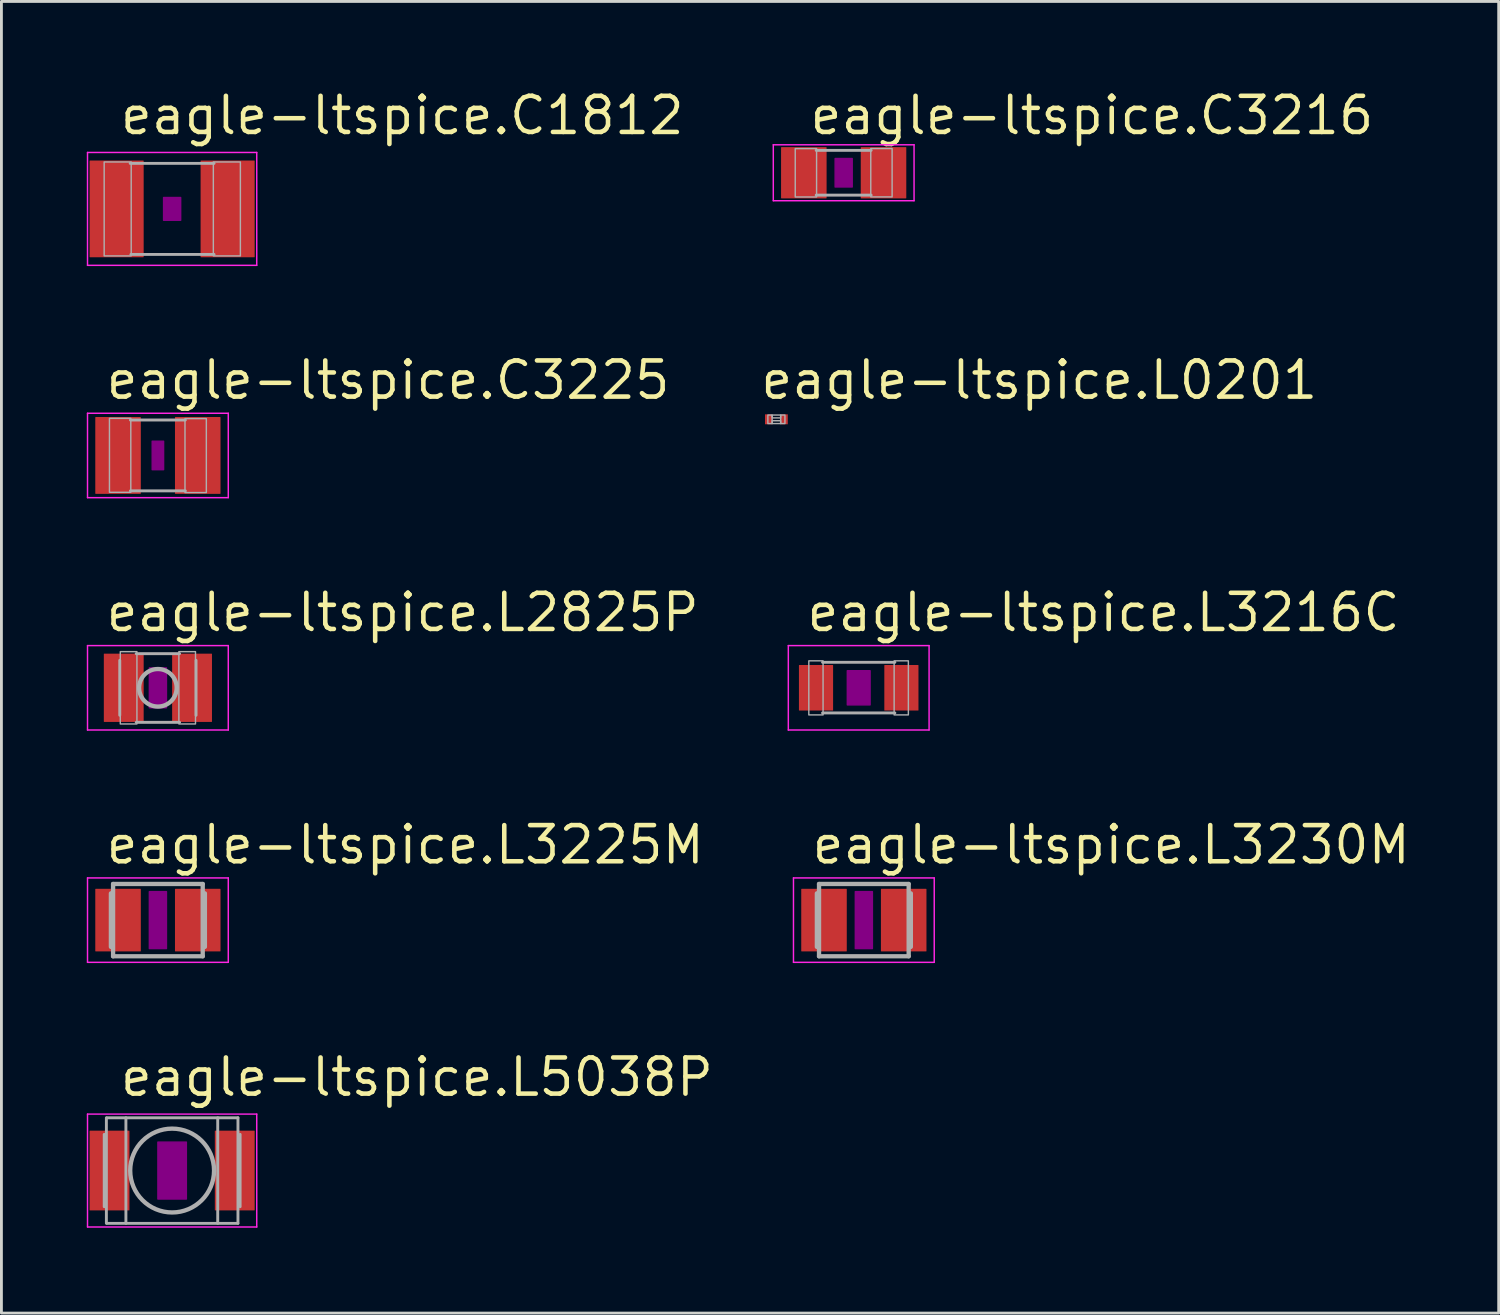
<source format=kicad_pcb>
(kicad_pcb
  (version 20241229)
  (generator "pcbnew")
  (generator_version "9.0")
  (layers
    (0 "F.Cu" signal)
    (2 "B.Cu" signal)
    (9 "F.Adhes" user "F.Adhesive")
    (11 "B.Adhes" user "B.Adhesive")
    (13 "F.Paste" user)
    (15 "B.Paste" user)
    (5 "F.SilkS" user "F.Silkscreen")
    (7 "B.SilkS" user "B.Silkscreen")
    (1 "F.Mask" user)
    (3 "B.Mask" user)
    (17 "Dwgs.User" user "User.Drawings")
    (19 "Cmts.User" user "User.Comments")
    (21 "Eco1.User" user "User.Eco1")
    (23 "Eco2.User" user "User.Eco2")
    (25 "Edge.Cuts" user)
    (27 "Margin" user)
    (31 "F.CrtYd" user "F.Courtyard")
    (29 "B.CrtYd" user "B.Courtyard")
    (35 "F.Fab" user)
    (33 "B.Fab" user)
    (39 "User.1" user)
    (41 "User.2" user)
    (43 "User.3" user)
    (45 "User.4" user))
  (footprint "eagle-ltspice.L2825P"
    (layer "F.Cu")
    (at 2.498 21.117)
    (property "Reference" "eagle-ltspice.L2825P" (at -1.905 -1.905 0) (layer "F.SilkS") (effects (font (size 1.27 1.27) (thickness 0.16)) (justify left bottom)))
    (attr smd)
    (fp_rect (start -0.3 0.7) (end 0.3 -0.7) (stroke (width 0.05) (type default)) (fill yes) (layer "F.Adhes"))
    (fp_line (start -2.473 -1.483) (end 2.473 -1.483) (stroke (width 0.051) (type default)) (layer "F.CrtYd"))
    (fp_line (start -2.473 1.483) (end -2.473 -1.483) (stroke (width 0.051) (type default)) (layer "F.CrtYd"))
    (fp_line (start 2.473 -1.483) (end 2.473 1.483) (stroke (width 0.051) (type default)) (layer "F.CrtYd"))
    (fp_line (start 2.473 1.483) (end -2.473 1.483) (stroke (width 0.051) (type default)) (layer "F.CrtYd"))
    (fp_line (start -1.34 -0.965) (end -1.34 0.965) (stroke (width 0.102) (type default)) (layer "F.Fab"))
    (fp_line (start -0.762 -1.2) (end 0.762 -1.2) (stroke (width 0.102) (type default)) (layer "F.Fab"))
    (fp_line (start -0.762 1.213) (end 0.762 1.213) (stroke (width 0.102) (type default)) (layer "F.Fab"))
    (fp_line (start 1.34 0.965) (end 1.34 -0.965) (stroke (width 0.102) (type default)) (layer "F.Fab"))
    (fp_rect (start -1.321 1.27) (end -0.737 -1.27) (stroke (width 0.05) (type default)) (fill no) (layer "F.Fab"))
    (fp_rect (start 0.737 1.27) (end 1.321 -1.27) (stroke (width 0.05) (type default)) (fill no) (layer "F.Fab"))
    (fp_circle (center 0 0) (end 0.66 0) (stroke (width 0.152) (type default)) (fill no) (layer "F.Fab"))
    (pad "1" smd roundrect (at -1.2 0) (size 1.4 2.4) (layers "F.Cu" "F.Mask" "F.Paste") (roundrect_rratio 0.01))
    (pad "2" smd roundrect (at 1.2 0) (size 1.4 2.4) (layers "F.Cu" "F.Mask" "F.Paste") (roundrect_rratio 0.01)))
  (footprint "eagle-ltspice.L3230M"
    (layer "F.Cu")
    (at 27.303 29.28)
    (property "Reference" "eagle-ltspice.L3230M" (at -1.905 -1.905 0) (layer "F.SilkS") (effects (font (size 1.27 1.27) (thickness 0.16)) (justify left bottom)))
    (attr smd)
    (fp_rect (start -0.3 1) (end 0.3 -1) (stroke (width 0.05) (type default)) (fill yes) (layer "F.Adhes"))
    (fp_line (start -2.473 -1.483) (end 2.473 -1.483) (stroke (width 0.051) (type default)) (layer "F.CrtYd"))
    (fp_line (start -2.473 1.483) (end -2.473 -1.483) (stroke (width 0.051) (type default)) (layer "F.CrtYd"))
    (fp_line (start 2.473 -1.483) (end 2.473 1.483) (stroke (width 0.051) (type default)) (layer "F.CrtYd"))
    (fp_line (start 2.473 1.483) (end -2.473 1.483) (stroke (width 0.051) (type default)) (layer "F.CrtYd"))
    (fp_line (start -1.651 -0.94) (end -1.651 0.94) (stroke (width 0.152) (type default)) (layer "F.Fab"))
    (fp_line (start -1.575 -1.27) (end 1.575 -1.27) (stroke (width 0.152) (type default)) (layer "F.Fab"))
    (fp_line (start -1.575 1.27) (end -1.575 -1.27) (stroke (width 0.152) (type default)) (layer "F.Fab"))
    (fp_line (start 1.575 -1.27) (end 1.575 1.27) (stroke (width 0.152) (type default)) (layer "F.Fab"))
    (fp_line (start 1.575 1.27) (end -1.575 1.27) (stroke (width 0.152) (type default)) (layer "F.Fab"))
    (fp_line (start 1.651 -0.94) (end 1.651 0.94) (stroke (width 0.152) (type default)) (layer "F.Fab"))
    (pad "1" smd roundrect (at -1.4 0) (size 1.6 2.2) (layers "F.Cu" "F.Mask" "F.Paste") (roundrect_rratio 0.01))
    (pad "2" smd roundrect (at 1.4 0) (size 1.6 2.2) (layers "F.Cu" "F.Mask" "F.Paste") (roundrect_rratio 0.01)))
  (footprint "eagle-ltspice.L0201"
    (layer "F.Cu")
    (at 24.23 11.683)
    (property "Reference" "eagle-ltspice.L0201" (at -0.635 -0.635 0) (layer "F.SilkS") (effects (font (size 1.27 1.27) (thickness 0.16)) (justify left bottom)))
    (attr smd)
    (fp_rect (start -0.3 0.15) (end -0.15 -0.15) (stroke (width 0.05) (type default)) (fill no) (layer "F.Fab"))
    (fp_rect (start -0.15 -0.05) (end 0.15 -0.15) (stroke (width 0.05) (type default)) (fill no) (layer "F.Fab"))
    (fp_rect (start -0.15 0.15) (end 0.15 0.05) (stroke (width 0.05) (type default)) (fill no) (layer "F.Fab"))
    (fp_rect (start 0.15 0.15) (end 0.3 -0.15) (stroke (width 0.05) (type default)) (fill no) (layer "F.Fab"))
    (pad "1" smd roundrect (at -0.275 0) (size 0.25 0.35) (layers "F.Cu" "F.Mask" "F.Paste") (roundrect_rratio 0.01))
    (pad "2" smd roundrect (at 0.275 0) (size 0.25 0.35) (layers "F.Cu" "F.Mask" "F.Paste") (roundrect_rratio 0.01)))
  (footprint "eagle-ltspice.C1812"
    (layer "F.Cu")
    (at 2.998 4.29)
    (property "Reference" "eagle-ltspice.C1812" (at -1.905 -2.54 0) (layer "F.SilkS") (effects (font (size 1.27 1.27) (thickness 0.16)) (justify left bottom)))
    (attr smd)
    (fp_rect (start -0.3 0.4) (end 0.3 -0.4) (stroke (width 0.05) (type default)) (fill yes) (layer "F.Adhes"))
    (fp_line (start -2.973 -1.983) (end 2.973 -1.983) (stroke (width 0.051) (type default)) (layer "F.CrtYd"))
    (fp_line (start -2.973 1.983) (end -2.973 -1.983) (stroke (width 0.051) (type default)) (layer "F.CrtYd"))
    (fp_line (start 2.973 -1.983) (end 2.973 1.983) (stroke (width 0.051) (type default)) (layer "F.CrtYd"))
    (fp_line (start 2.973 1.983) (end -2.973 1.983) (stroke (width 0.051) (type default)) (layer "F.CrtYd"))
    (fp_line (start -1.473 -1.6) (end 1.473 -1.6) (stroke (width 0.102) (type default)) (layer "F.Fab"))
    (fp_line (start -1.448 1.6) (end 1.473 1.6) (stroke (width 0.102) (type default)) (layer "F.Fab"))
    (fp_rect (start -2.388 1.651) (end -1.438 -1.649) (stroke (width 0.05) (type default)) (fill no) (layer "F.Fab"))
    (fp_rect (start 1.448 1.651) (end 2.398 -1.649) (stroke (width 0.05) (type default)) (fill no) (layer "F.Fab"))
    (pad "1" smd roundrect (at -1.95 0) (size 1.9 3.4) (layers "F.Cu" "F.Mask" "F.Paste") (roundrect_rratio 0.01))
    (pad "2" smd roundrect (at 1.95 0) (size 1.9 3.4) (layers "F.Cu" "F.Mask" "F.Paste") (roundrect_rratio 0.01)))
  (footprint "eagle-ltspice.L3216C"
    (layer "F.Cu")
    (at 27.122 21.117)
    (property "Reference" "eagle-ltspice.L3216C" (at -1.905 -1.905 0) (layer "F.SilkS") (effects (font (size 1.27 1.27) (thickness 0.16)) (justify left bottom)))
    (attr smd)
    (fp_rect (start -0.4 0.6) (end 0.4 -0.6) (stroke (width 0.05) (type default)) (fill yes) (layer "F.Adhes"))
    (fp_line (start -2.473 -1.483) (end 2.473 -1.483) (stroke (width 0.051) (type default)) (layer "F.CrtYd"))
    (fp_line (start -2.473 1.483) (end -2.473 -1.483) (stroke (width 0.051) (type default)) (layer "F.CrtYd"))
    (fp_line (start 2.473 -1.483) (end 2.473 1.483) (stroke (width 0.051) (type default)) (layer "F.CrtYd"))
    (fp_line (start 2.473 1.483) (end -2.473 1.483) (stroke (width 0.051) (type default)) (layer "F.CrtYd"))
    (fp_line (start -1.27 -0.896) (end 1.27 -0.896) (stroke (width 0.102) (type default)) (layer "F.Fab"))
    (fp_line (start -1.27 0.883) (end 1.27 0.883) (stroke (width 0.102) (type default)) (layer "F.Fab"))
    (fp_rect (start -1.753 0.953) (end -1.252 -0.947) (stroke (width 0.05) (type default)) (fill no) (layer "F.Fab"))
    (fp_rect (start 1.245 0.953) (end 1.745 -0.947) (stroke (width 0.05) (type default)) (fill no) (layer "F.Fab"))
    (pad "1" smd roundrect (at -1.5 0) (size 1.2 1.6) (layers "F.Cu" "F.Mask" "F.Paste") (roundrect_rratio 0.01))
    (pad "2" smd roundrect (at 1.5 0) (size 1.2 1.6) (layers "F.Cu" "F.Mask" "F.Paste") (roundrect_rratio 0.01)))
  (footprint "eagle-ltspice.C3225"
    (layer "F.Cu")
    (at 2.498 12.953)
    (property "Reference" "eagle-ltspice.C3225" (at -1.905 -1.905 0) (layer "F.SilkS") (effects (font (size 1.27 1.27) (thickness 0.16)) (justify left bottom)))
    (attr smd)
    (fp_rect (start -0.2 0.5) (end 0.2 -0.5) (stroke (width 0.05) (type default)) (fill yes) (layer "F.Adhes"))
    (fp_line (start -2.473 -1.483) (end 2.473 -1.483) (stroke (width 0.051) (type default)) (layer "F.CrtYd"))
    (fp_line (start -2.473 1.483) (end -2.473 -1.483) (stroke (width 0.051) (type default)) (layer "F.CrtYd"))
    (fp_line (start 2.473 -1.483) (end 2.473 1.483) (stroke (width 0.051) (type default)) (layer "F.CrtYd"))
    (fp_line (start 2.473 1.483) (end -2.473 1.483) (stroke (width 0.051) (type default)) (layer "F.CrtYd"))
    (fp_line (start -0.965 -1.245) (end 0.965 -1.245) (stroke (width 0.102) (type default)) (layer "F.Fab"))
    (fp_line (start -0.965 1.245) (end 0.965 1.245) (stroke (width 0.102) (type default)) (layer "F.Fab"))
    (fp_rect (start -1.702 1.295) (end -0.952 -1.304) (stroke (width 0.05) (type default)) (fill no) (layer "F.Fab"))
    (fp_rect (start 0.952 1.304) (end 1.702 -1.295) (stroke (width 0.05) (type default)) (fill no) (layer "F.Fab"))
    (pad "1" smd roundrect (at -1.4 0) (size 1.6 2.7) (layers "F.Cu" "F.Mask" "F.Paste") (roundrect_rratio 0.01))
    (pad "2" smd roundrect (at 1.4 0) (size 1.6 2.7) (layers "F.Cu" "F.Mask" "F.Paste") (roundrect_rratio 0.01)))
  (footprint "eagle-ltspice.L3225M"
    (layer "F.Cu")
    (at 2.498 29.28)
    (property "Reference" "eagle-ltspice.L3225M" (at -1.905 -1.905 0) (layer "F.SilkS") (effects (font (size 1.27 1.27) (thickness 0.16)) (justify left bottom)))
    (attr smd)
    (fp_rect (start -0.3 1) (end 0.3 -1) (stroke (width 0.05) (type default)) (fill yes) (layer "F.Adhes"))
    (fp_line (start -2.473 -1.483) (end 2.473 -1.483) (stroke (width 0.051) (type default)) (layer "F.CrtYd"))
    (fp_line (start -2.473 1.483) (end -2.473 -1.483) (stroke (width 0.051) (type default)) (layer "F.CrtYd"))
    (fp_line (start 2.473 -1.483) (end 2.473 1.483) (stroke (width 0.051) (type default)) (layer "F.CrtYd"))
    (fp_line (start 2.473 1.483) (end -2.473 1.483) (stroke (width 0.051) (type default)) (layer "F.CrtYd"))
    (fp_line (start -1.651 -0.94) (end -1.651 0.94) (stroke (width 0.152) (type default)) (layer "F.Fab"))
    (fp_line (start -1.575 -1.27) (end 1.575 -1.27) (stroke (width 0.152) (type default)) (layer "F.Fab"))
    (fp_line (start -1.575 1.27) (end -1.575 -1.27) (stroke (width 0.152) (type default)) (layer "F.Fab"))
    (fp_line (start 1.575 -1.27) (end 1.575 1.27) (stroke (width 0.152) (type default)) (layer "F.Fab"))
    (fp_line (start 1.575 1.27) (end -1.575 1.27) (stroke (width 0.152) (type default)) (layer "F.Fab"))
    (fp_line (start 1.651 -0.94) (end 1.651 0.94) (stroke (width 0.152) (type default)) (layer "F.Fab"))
    (pad "1" smd roundrect (at -1.4 0) (size 1.6 2.2) (layers "F.Cu" "F.Mask" "F.Paste") (roundrect_rratio 0.01))
    (pad "2" smd roundrect (at 1.4 0) (size 1.6 2.2) (layers "F.Cu" "F.Mask" "F.Paste") (roundrect_rratio 0.01)))
  (footprint "eagle-ltspice.L5038P"
    (layer "F.Cu")
    (at 2.998 38.079)
    (property "Reference" "eagle-ltspice.L5038P" (at -1.905 -2.54 0) (layer "F.SilkS") (effects (font (size 1.27 1.27) (thickness 0.16)) (justify left bottom)))
    (attr smd)
    (fp_rect (start -0.5 1) (end 0.5 -1) (stroke (width 0.05) (type default)) (fill yes) (layer "F.Adhes"))
    (fp_line (start -2.973 -1.983) (end 2.973 -1.983) (stroke (width 0.051) (type default)) (layer "F.CrtYd"))
    (fp_line (start -2.973 1.983) (end -2.973 -1.983) (stroke (width 0.051) (type default)) (layer "F.CrtYd"))
    (fp_line (start 2.973 -1.983) (end 2.973 1.983) (stroke (width 0.051) (type default)) (layer "F.CrtYd"))
    (fp_line (start 2.973 1.983) (end -2.973 1.983) (stroke (width 0.051) (type default)) (layer "F.CrtYd"))
    (fp_line (start -2.386 1.27) (end -2.386 -1.27) (stroke (width 0.102) (type default)) (layer "F.Fab"))
    (fp_line (start -2.31 1.854) (end -2.31 -1.854) (stroke (width 0.102) (type default)) (layer "F.Fab"))
    (fp_line (start -2.286 -1.853) (end 2.311 -1.853) (stroke (width 0.102) (type default)) (layer "F.Fab"))
    (fp_line (start -2.286 1.856) (end 2.311 1.856) (stroke (width 0.102) (type default)) (layer "F.Fab"))
    (fp_line (start -1.624 1.854) (end -1.624 -1.854) (stroke (width 0.102) (type default)) (layer "F.Fab"))
    (fp_line (start 1.602 1.854) (end 1.602 -1.854) (stroke (width 0.102) (type default)) (layer "F.Fab"))
    (fp_line (start 2.313 1.854) (end 2.313 -1.854) (stroke (width 0.102) (type default)) (layer "F.Fab"))
    (fp_line (start 2.389 1.27) (end 2.389 -1.27) (stroke (width 0.102) (type default)) (layer "F.Fab"))
    (fp_circle (center 0 0) (end 1.473 0) (stroke (width 0.152) (type default)) (fill no) (layer "F.Fab"))
    (pad "1" smd roundrect (at -2.2 0) (size 1.4 2.8) (layers "F.Cu" "F.Mask" "F.Paste") (roundrect_rratio 0.01))
    (pad "2" smd roundrect (at 2.2 0) (size 1.4 2.8) (layers "F.Cu" "F.Mask" "F.Paste") (roundrect_rratio 0.01)))
  (footprint "eagle-ltspice.C3216"
    (layer "F.Cu")
    (at 26.594 3.02)
    (property "Reference" "eagle-ltspice.C3216" (at -1.27 -1.27 0) (layer "F.SilkS") (effects (font (size 1.27 1.27) (thickness 0.16)) (justify left bottom)))
    (attr smd)
    (fp_rect (start -0.3 0.5) (end 0.3 -0.5) (stroke (width 0.05) (type default)) (fill yes) (layer "F.Adhes"))
    (fp_line (start -2.473 -0.983) (end 2.473 -0.983) (stroke (width 0.051) (type default)) (layer "F.CrtYd"))
    (fp_line (start -2.473 0.983) (end -2.473 -0.983) (stroke (width 0.051) (type default)) (layer "F.CrtYd"))
    (fp_line (start 2.473 -0.983) (end 2.473 0.983) (stroke (width 0.051) (type default)) (layer "F.CrtYd"))
    (fp_line (start 2.473 0.983) (end -2.473 0.983) (stroke (width 0.051) (type default)) (layer "F.CrtYd"))
    (fp_line (start -0.965 -0.787) (end 0.965 -0.787) (stroke (width 0.102) (type default)) (layer "F.Fab"))
    (fp_line (start -0.965 0.787) (end 0.965 0.787) (stroke (width 0.102) (type default)) (layer "F.Fab"))
    (fp_rect (start -1.702 0.851) (end -0.952 -0.849) (stroke (width 0.05) (type default)) (fill no) (layer "F.Fab"))
    (fp_rect (start 0.952 0.849) (end 1.702 -0.851) (stroke (width 0.05) (type default)) (fill no) (layer "F.Fab"))
    (pad "1" smd roundrect (at -1.4 0) (size 1.6 1.8) (layers "F.Cu" "F.Mask" "F.Paste") (roundrect_rratio 0.01))
    (pad "2" smd roundrect (at 1.4 0) (size 1.6 1.8) (layers "F.Cu" "F.Mask" "F.Paste") (roundrect_rratio 0.01)))
  (gr_rect
    (start -3 -3)
    (end 49.609 43.087)
    (stroke (width 0.1) (type default))
    (fill no)
    (layer "Edge.Cuts")))
</source>
